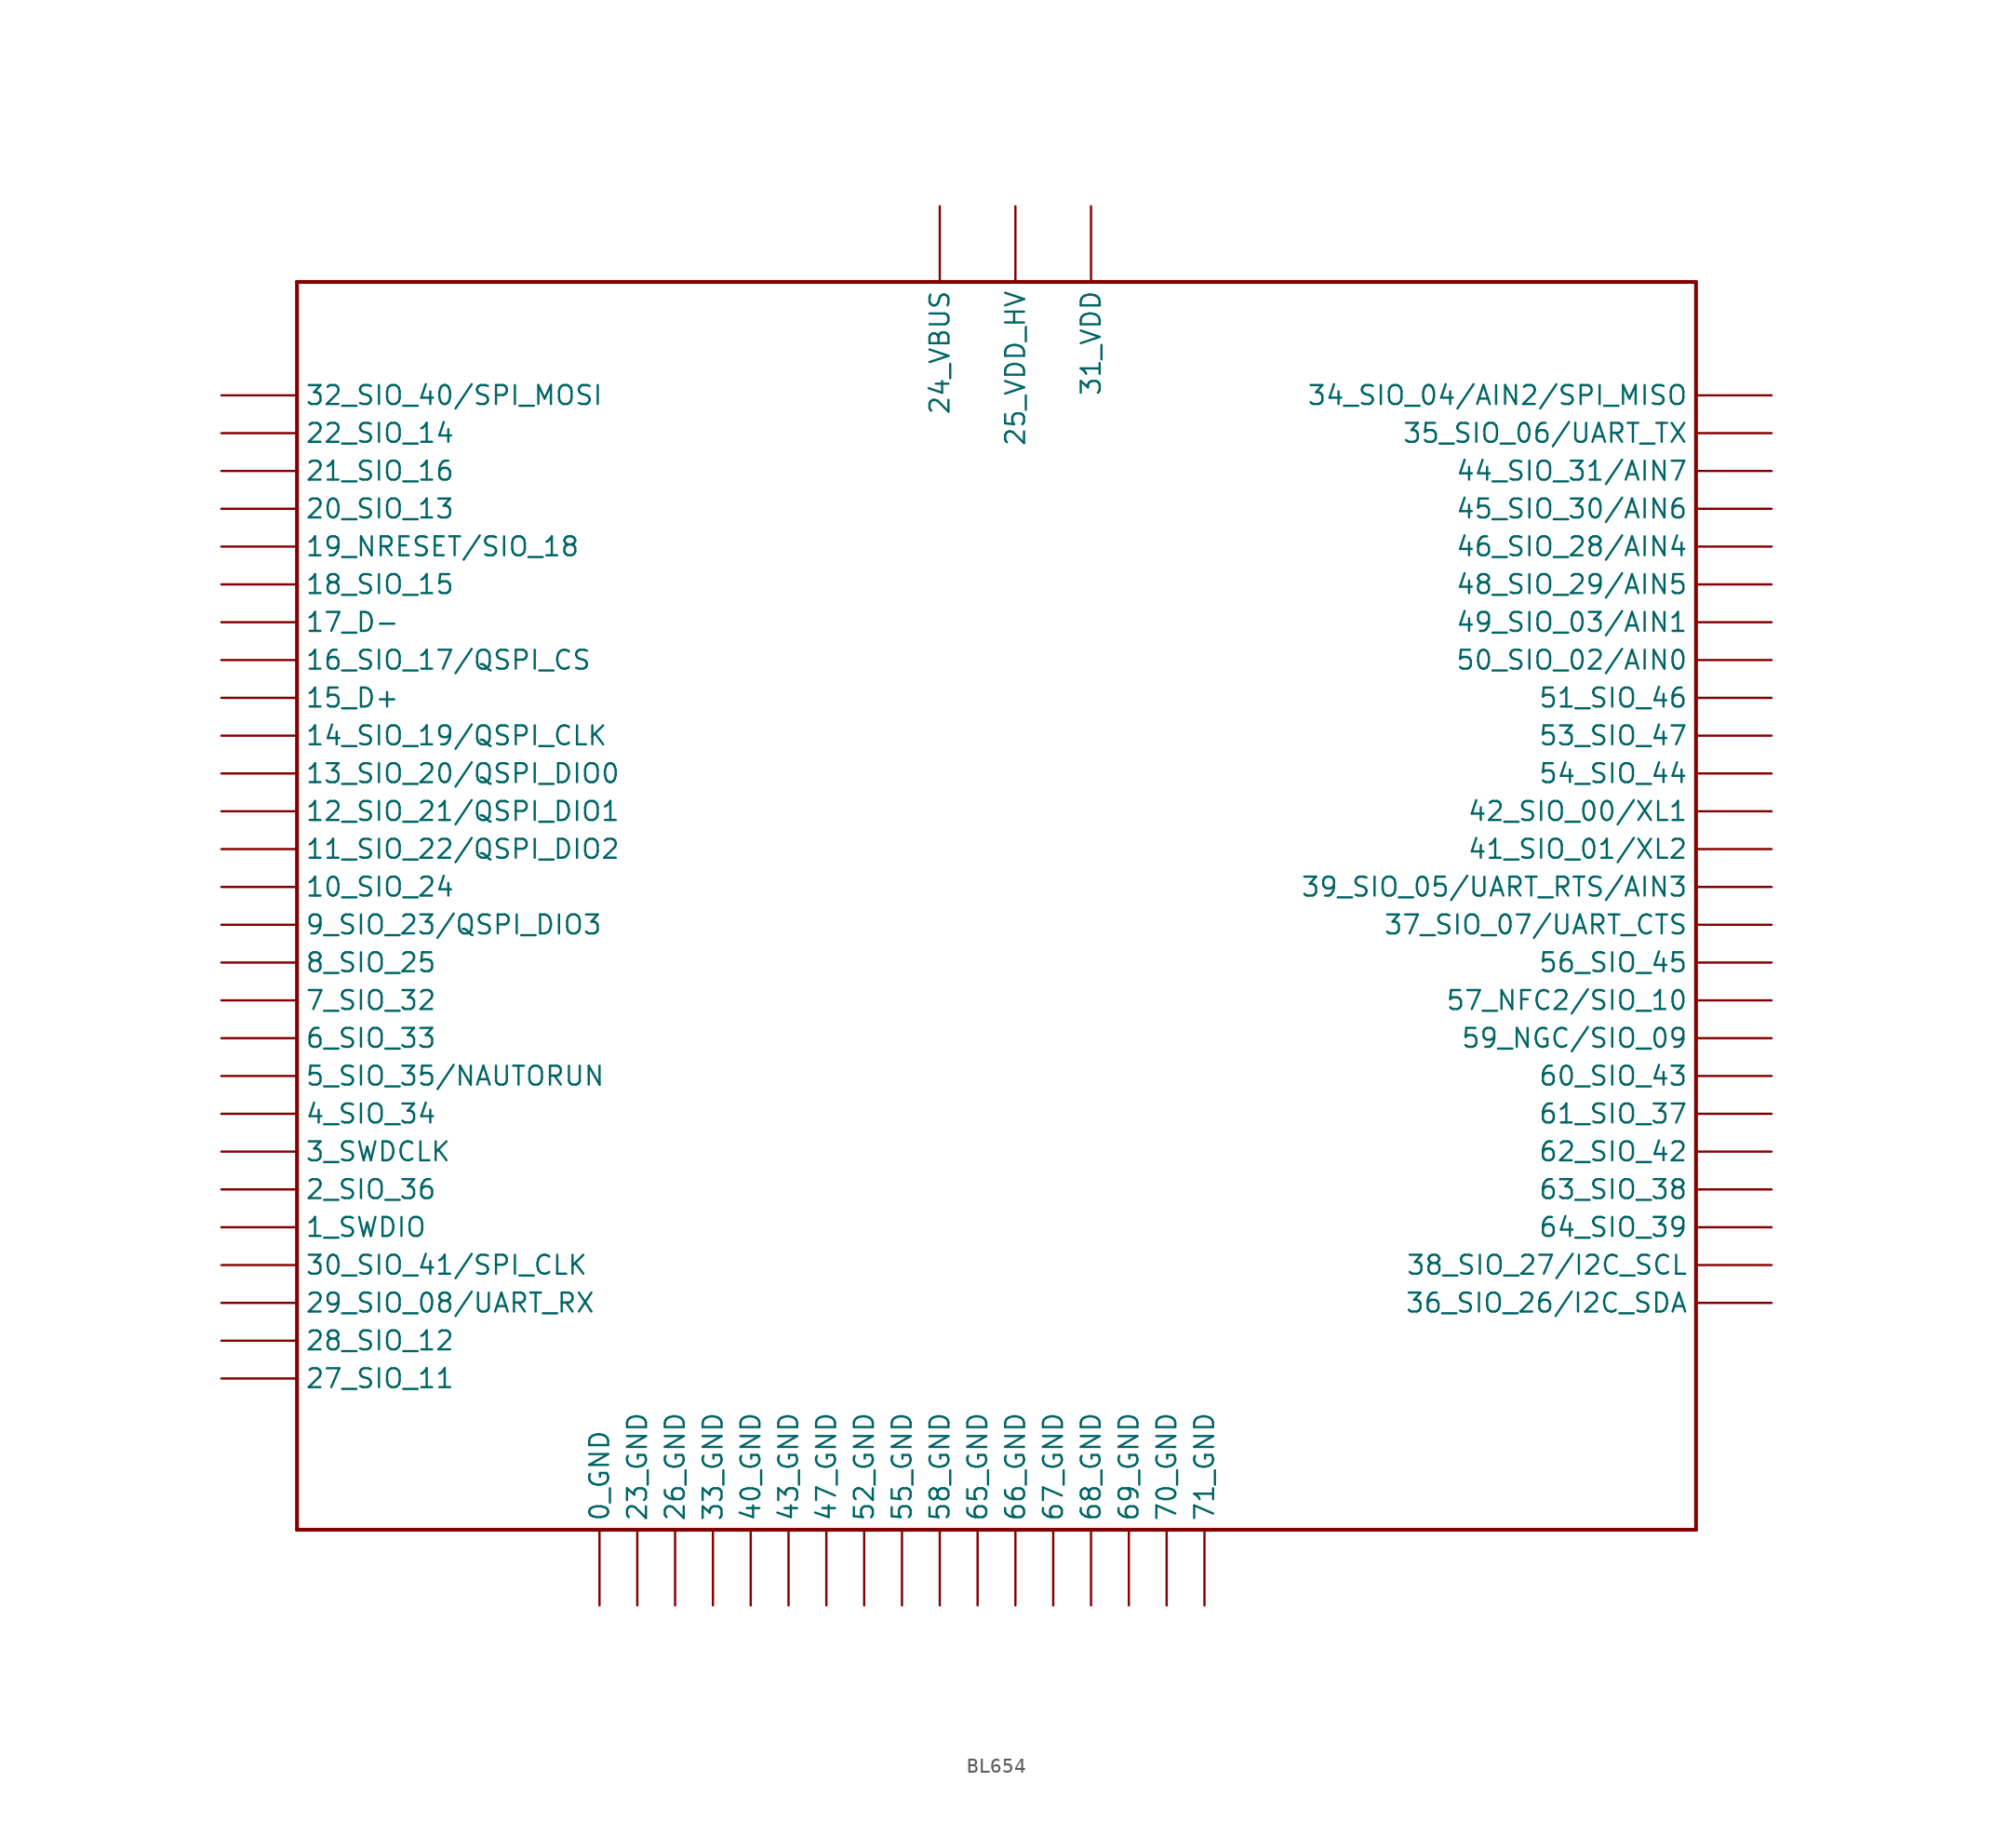
<source format=kicad_sym>
(kicad_symbol_lib
  (version 20231120)
  (generator "kicad_symbol_editor")
  (generator_version "8.0")
  (symbol "BL654"
    (property "Reference" ""
      (at -7.62 27.94 0)
      (effects (font (size 1.27 1.079)) (justify left bottom) (hide yes)))
    (property "Value" ""
      (at -7.62 -63.5 0)
      (effects (font (size 1.27 1.079)) (justify left bottom)))
    (property "ki_locked" ""
      (at 0 0 0)
      (effects (font (size 1.27 1.27))))
    (symbol "BL654_1_0"
      (polyline (pts (xy -7.62 -58.42) (xy 86.36 -58.42)) (stroke (width 0.254) (type solid)) (fill (type none)))
      (polyline (pts (xy -7.62 25.4) (xy -7.62 -58.42)) (stroke (width 0.254) (type solid)) (fill (type none)))
      (polyline (pts (xy 86.36 -58.42) (xy 86.36 25.4)) (stroke (width 0.254) (type solid)) (fill (type none)))
      (polyline (pts (xy 86.36 25.4) (xy -7.62 25.4)) (stroke (width 0.254) (type solid)) (fill (type none)))
      (pin bidirectional line (at 12.7 -63.5 90) (length 5.08) (name "0_GND" (effects (font (size 1.27 1.27)))) (number "0" (effects (font (size 0 0)))))
      (pin bidirectional line (at -12.7 -38.1 0) (length 5.08) (name "1_SWDIO" (effects (font (size 1.27 1.27)))) (number "1" (effects (font (size 0 0)))))
      (pin bidirectional line (at -12.7 -15.24 0) (length 5.08) (name "10_SIO_24" (effects (font (size 1.27 1.27)))) (number "10" (effects (font (size 0 0)))))
      (pin bidirectional line (at -12.7 -12.7 0) (length 5.08) (name "11_SIO_22/QSPI_DIO2" (effects (font (size 1.27 1.27)))) (number "11" (effects (font (size 0 0)))))
      (pin bidirectional line (at -12.7 -10.16 0) (length 5.08) (name "12_SIO_21/QSPI_DIO1" (effects (font (size 1.27 1.27)))) (number "12" (effects (font (size 0 0)))))
      (pin bidirectional line (at -12.7 -7.62 0) (length 5.08) (name "13_SIO_20/QSPI_DIO0" (effects (font (size 1.27 1.27)))) (number "13" (effects (font (size 0 0)))))
      (pin bidirectional line (at -12.7 -5.08 0) (length 5.08) (name "14_SIO_19/QSPI_CLK" (effects (font (size 1.27 1.27)))) (number "14" (effects (font (size 0 0)))))
      (pin bidirectional line (at -12.7 -2.54 0) (length 5.08) (name "15_D+" (effects (font (size 1.27 1.27)))) (number "15" (effects (font (size 0 0)))))
      (pin bidirectional line (at -12.7 0 0) (length 5.08) (name "16_SIO_17/QSPI_CS" (effects (font (size 1.27 1.27)))) (number "16" (effects (font (size 0 0)))))
      (pin bidirectional line (at -12.7 2.54 0) (length 5.08) (name "17_D-" (effects (font (size 1.27 1.27)))) (number "17" (effects (font (size 0 0)))))
      (pin bidirectional line (at -12.7 5.08 0) (length 5.08) (name "18_SIO_15" (effects (font (size 1.27 1.27)))) (number "18" (effects (font (size 0 0)))))
      (pin bidirectional line (at -12.7 7.62 0) (length 5.08) (name "19_NRESET/SIO_18" (effects (font (size 1.27 1.27)))) (number "19" (effects (font (size 0 0)))))
      (pin bidirectional line (at -12.7 -35.56 0) (length 5.08) (name "2_SIO_36" (effects (font (size 1.27 1.27)))) (number "2" (effects (font (size 0 0)))))
      (pin bidirectional line (at -12.7 10.16 0) (length 5.08) (name "20_SIO_13" (effects (font (size 1.27 1.27)))) (number "20" (effects (font (size 0 0)))))
      (pin bidirectional line (at -12.7 12.7 0) (length 5.08) (name "21_SIO_16" (effects (font (size 1.27 1.27)))) (number "21" (effects (font (size 0 0)))))
      (pin bidirectional line (at -12.7 15.24 0) (length 5.08) (name "22_SIO_14" (effects (font (size 1.27 1.27)))) (number "22" (effects (font (size 0 0)))))
      (pin bidirectional line (at 15.24 -63.5 90) (length 5.08) (name "23_GND" (effects (font (size 1.27 1.27)))) (number "23" (effects (font (size 0 0)))))
      (pin bidirectional line (at 35.56 30.48 270) (length 5.08) (name "24_VBUS" (effects (font (size 1.27 1.27)))) (number "24" (effects (font (size 0 0)))))
      (pin bidirectional line (at 40.64 30.48 270) (length 5.08) (name "25_VDD_HV" (effects (font (size 1.27 1.27)))) (number "25" (effects (font (size 0 0)))))
      (pin bidirectional line (at 17.78 -63.5 90) (length 5.08) (name "26_GND" (effects (font (size 1.27 1.27)))) (number "26" (effects (font (size 0 0)))))
      (pin bidirectional line (at -12.7 -48.26 0) (length 5.08) (name "27_SIO_11" (effects (font (size 1.27 1.27)))) (number "27" (effects (font (size 0 0)))))
      (pin bidirectional line (at -12.7 -45.72 0) (length 5.08) (name "28_SIO_12" (effects (font (size 1.27 1.27)))) (number "28" (effects (font (size 0 0)))))
      (pin bidirectional line (at -12.7 -43.18 0) (length 5.08) (name "29_SIO_08/UART_RX" (effects (font (size 1.27 1.27)))) (number "29" (effects (font (size 0 0)))))
      (pin bidirectional line (at -12.7 -33.02 0) (length 5.08) (name "3_SWDCLK" (effects (font (size 1.27 1.27)))) (number "3" (effects (font (size 0 0)))))
      (pin bidirectional line (at -12.7 -40.64 0) (length 5.08) (name "30_SIO_41/SPI_CLK" (effects (font (size 1.27 1.27)))) (number "30" (effects (font (size 0 0)))))
      (pin bidirectional line (at 45.72 30.48 270) (length 5.08) (name "31_VDD" (effects (font (size 1.27 1.27)))) (number "31" (effects (font (size 0 0)))))
      (pin bidirectional line (at -12.7 17.78 0) (length 5.08) (name "32_SIO_40/SPI_MOSI" (effects (font (size 1.27 1.27)))) (number "32" (effects (font (size 0 0)))))
      (pin bidirectional line (at 20.32 -63.5 90) (length 5.08) (name "33_GND" (effects (font (size 1.27 1.27)))) (number "33" (effects (font (size 0 0)))))
      (pin bidirectional line (at 91.44 17.78 180) (length 5.08) (name "34_SIO_04/AIN2/SPI_MISO" (effects (font (size 1.27 1.27)))) (number "34" (effects (font (size 0 0)))))
      (pin bidirectional line (at 91.44 15.24 180) (length 5.08) (name "35_SIO_06/UART_TX" (effects (font (size 1.27 1.27)))) (number "35" (effects (font (size 0 0)))))
      (pin bidirectional line (at 91.44 -43.18 180) (length 5.08) (name "36_SIO_26/I2C_SDA" (effects (font (size 1.27 1.27)))) (number "36" (effects (font (size 0 0)))))
      (pin bidirectional line (at 91.44 -17.78 180) (length 5.08) (name "37_SIO_07/UART_CTS" (effects (font (size 1.27 1.27)))) (number "37" (effects (font (size 0 0)))))
      (pin bidirectional line (at 91.44 -40.64 180) (length 5.08) (name "38_SIO_27/I2C_SCL" (effects (font (size 1.27 1.27)))) (number "38" (effects (font (size 0 0)))))
      (pin bidirectional line (at 91.44 -15.24 180) (length 5.08) (name "39_SIO_05/UART_RTS/AIN3" (effects (font (size 1.27 1.27)))) (number "39" (effects (font (size 0 0)))))
      (pin bidirectional line (at -12.7 -30.48 0) (length 5.08) (name "4_SIO_34" (effects (font (size 1.27 1.27)))) (number "4" (effects (font (size 0 0)))))
      (pin bidirectional line (at 22.86 -63.5 90) (length 5.08) (name "40_GND" (effects (font (size 1.27 1.27)))) (number "40" (effects (font (size 0 0)))))
      (pin bidirectional line (at 91.44 -12.7 180) (length 5.08) (name "41_SIO_01/XL2" (effects (font (size 1.27 1.27)))) (number "41" (effects (font (size 0 0)))))
      (pin bidirectional line (at 91.44 -10.16 180) (length 5.08) (name "42_SIO_00/XL1" (effects (font (size 1.27 1.27)))) (number "42" (effects (font (size 0 0)))))
      (pin bidirectional line (at 25.4 -63.5 90) (length 5.08) (name "43_GND" (effects (font (size 1.27 1.27)))) (number "43" (effects (font (size 0 0)))))
      (pin bidirectional line (at 91.44 12.7 180) (length 5.08) (name "44_SIO_31/AIN7" (effects (font (size 1.27 1.27)))) (number "44" (effects (font (size 0 0)))))
      (pin bidirectional line (at 91.44 10.16 180) (length 5.08) (name "45_SIO_30/AIN6" (effects (font (size 1.27 1.27)))) (number "45" (effects (font (size 0 0)))))
      (pin bidirectional line (at 91.44 7.62 180) (length 5.08) (name "46_SIO_28/AIN4" (effects (font (size 1.27 1.27)))) (number "46" (effects (font (size 0 0)))))
      (pin bidirectional line (at 27.94 -63.5 90) (length 5.08) (name "47_GND" (effects (font (size 1.27 1.27)))) (number "47" (effects (font (size 0 0)))))
      (pin bidirectional line (at 91.44 5.08 180) (length 5.08) (name "48_SIO_29/AIN5" (effects (font (size 1.27 1.27)))) (number "48" (effects (font (size 0 0)))))
      (pin bidirectional line (at 91.44 2.54 180) (length 5.08) (name "49_SIO_03/AIN1" (effects (font (size 1.27 1.27)))) (number "49" (effects (font (size 0 0)))))
      (pin bidirectional line (at -12.7 -27.94 0) (length 5.08) (name "5_SIO_35/NAUTORUN" (effects (font (size 1.27 1.27)))) (number "5" (effects (font (size 0 0)))))
      (pin bidirectional line (at 91.44 0 180) (length 5.08) (name "50_SIO_02/AIN0" (effects (font (size 1.27 1.27)))) (number "50" (effects (font (size 0 0)))))
      (pin bidirectional line (at 91.44 -2.54 180) (length 5.08) (name "51_SIO_46" (effects (font (size 1.27 1.27)))) (number "51" (effects (font (size 0 0)))))
      (pin bidirectional line (at 30.48 -63.5 90) (length 5.08) (name "52_GND" (effects (font (size 1.27 1.27)))) (number "52" (effects (font (size 0 0)))))
      (pin bidirectional line (at 91.44 -5.08 180) (length 5.08) (name "53_SIO_47" (effects (font (size 1.27 1.27)))) (number "53" (effects (font (size 0 0)))))
      (pin bidirectional line (at 91.44 -7.62 180) (length 5.08) (name "54_SIO_44" (effects (font (size 1.27 1.27)))) (number "54" (effects (font (size 0 0)))))
      (pin bidirectional line (at 33.02 -63.5 90) (length 5.08) (name "55_GND" (effects (font (size 1.27 1.27)))) (number "55" (effects (font (size 0 0)))))
      (pin bidirectional line (at 91.44 -20.32 180) (length 5.08) (name "56_SIO_45" (effects (font (size 1.27 1.27)))) (number "56" (effects (font (size 0 0)))))
      (pin bidirectional line (at 91.44 -22.86 180) (length 5.08) (name "57_NFC2/SIO_10" (effects (font (size 1.27 1.27)))) (number "57" (effects (font (size 0 0)))))
      (pin bidirectional line (at 35.56 -63.5 90) (length 5.08) (name "58_GND" (effects (font (size 1.27 1.27)))) (number "58" (effects (font (size 0 0)))))
      (pin bidirectional line (at 91.44 -25.4 180) (length 5.08) (name "59_NGC/SIO_09" (effects (font (size 1.27 1.27)))) (number "59" (effects (font (size 0 0)))))
      (pin bidirectional line (at -12.7 -25.4 0) (length 5.08) (name "6_SIO_33" (effects (font (size 1.27 1.27)))) (number "6" (effects (font (size 0 0)))))
      (pin bidirectional line (at 91.44 -27.94 180) (length 5.08) (name "60_SIO_43" (effects (font (size 1.27 1.27)))) (number "60" (effects (font (size 0 0)))))
      (pin bidirectional line (at 91.44 -30.48 180) (length 5.08) (name "61_SIO_37" (effects (font (size 1.27 1.27)))) (number "61" (effects (font (size 0 0)))))
      (pin bidirectional line (at 91.44 -33.02 180) (length 5.08) (name "62_SIO_42" (effects (font (size 1.27 1.27)))) (number "62" (effects (font (size 0 0)))))
      (pin bidirectional line (at 91.44 -35.56 180) (length 5.08) (name "63_SIO_38" (effects (font (size 1.27 1.27)))) (number "63" (effects (font (size 0 0)))))
      (pin bidirectional line (at 91.44 -38.1 180) (length 5.08) (name "64_SIO_39" (effects (font (size 1.27 1.27)))) (number "64" (effects (font (size 0 0)))))
      (pin bidirectional line (at 38.1 -63.5 90) (length 5.08) (name "65_GND" (effects (font (size 1.27 1.27)))) (number "65" (effects (font (size 0 0)))))
      (pin bidirectional line (at 40.64 -63.5 90) (length 5.08) (name "66_GND" (effects (font (size 1.27 1.27)))) (number "66" (effects (font (size 0 0)))))
      (pin bidirectional line (at 43.18 -63.5 90) (length 5.08) (name "67_GND" (effects (font (size 1.27 1.27)))) (number "67" (effects (font (size 0 0)))))
      (pin bidirectional line (at 45.72 -63.5 90) (length 5.08) (name "68_GND" (effects (font (size 1.27 1.27)))) (number "68" (effects (font (size 0 0)))))
      (pin bidirectional line (at 48.26 -63.5 90) (length 5.08) (name "69_GND" (effects (font (size 1.27 1.27)))) (number "69" (effects (font (size 0 0)))))
      (pin bidirectional line (at -12.7 -22.86 0) (length 5.08) (name "7_SIO_32" (effects (font (size 1.27 1.27)))) (number "7" (effects (font (size 0 0)))))
      (pin bidirectional line (at 50.8 -63.5 90) (length 5.08) (name "70_GND" (effects (font (size 1.27 1.27)))) (number "70" (effects (font (size 0 0)))))
      (pin bidirectional line (at 53.34 -63.5 90) (length 5.08) (name "71_GND" (effects (font (size 1.27 1.27)))) (number "71" (effects (font (size 0 0)))))
      (pin bidirectional line (at -12.7 -20.32 0) (length 5.08) (name "8_SIO_25" (effects (font (size 1.27 1.27)))) (number "8" (effects (font (size 0 0)))))
      (pin bidirectional line (at -12.7 -17.78 0) (length 5.08) (name "9_SIO_23/QSPI_DIO3" (effects (font (size 1.27 1.27)))) (number "9" (effects (font (size 0 0))))))))
</source>
